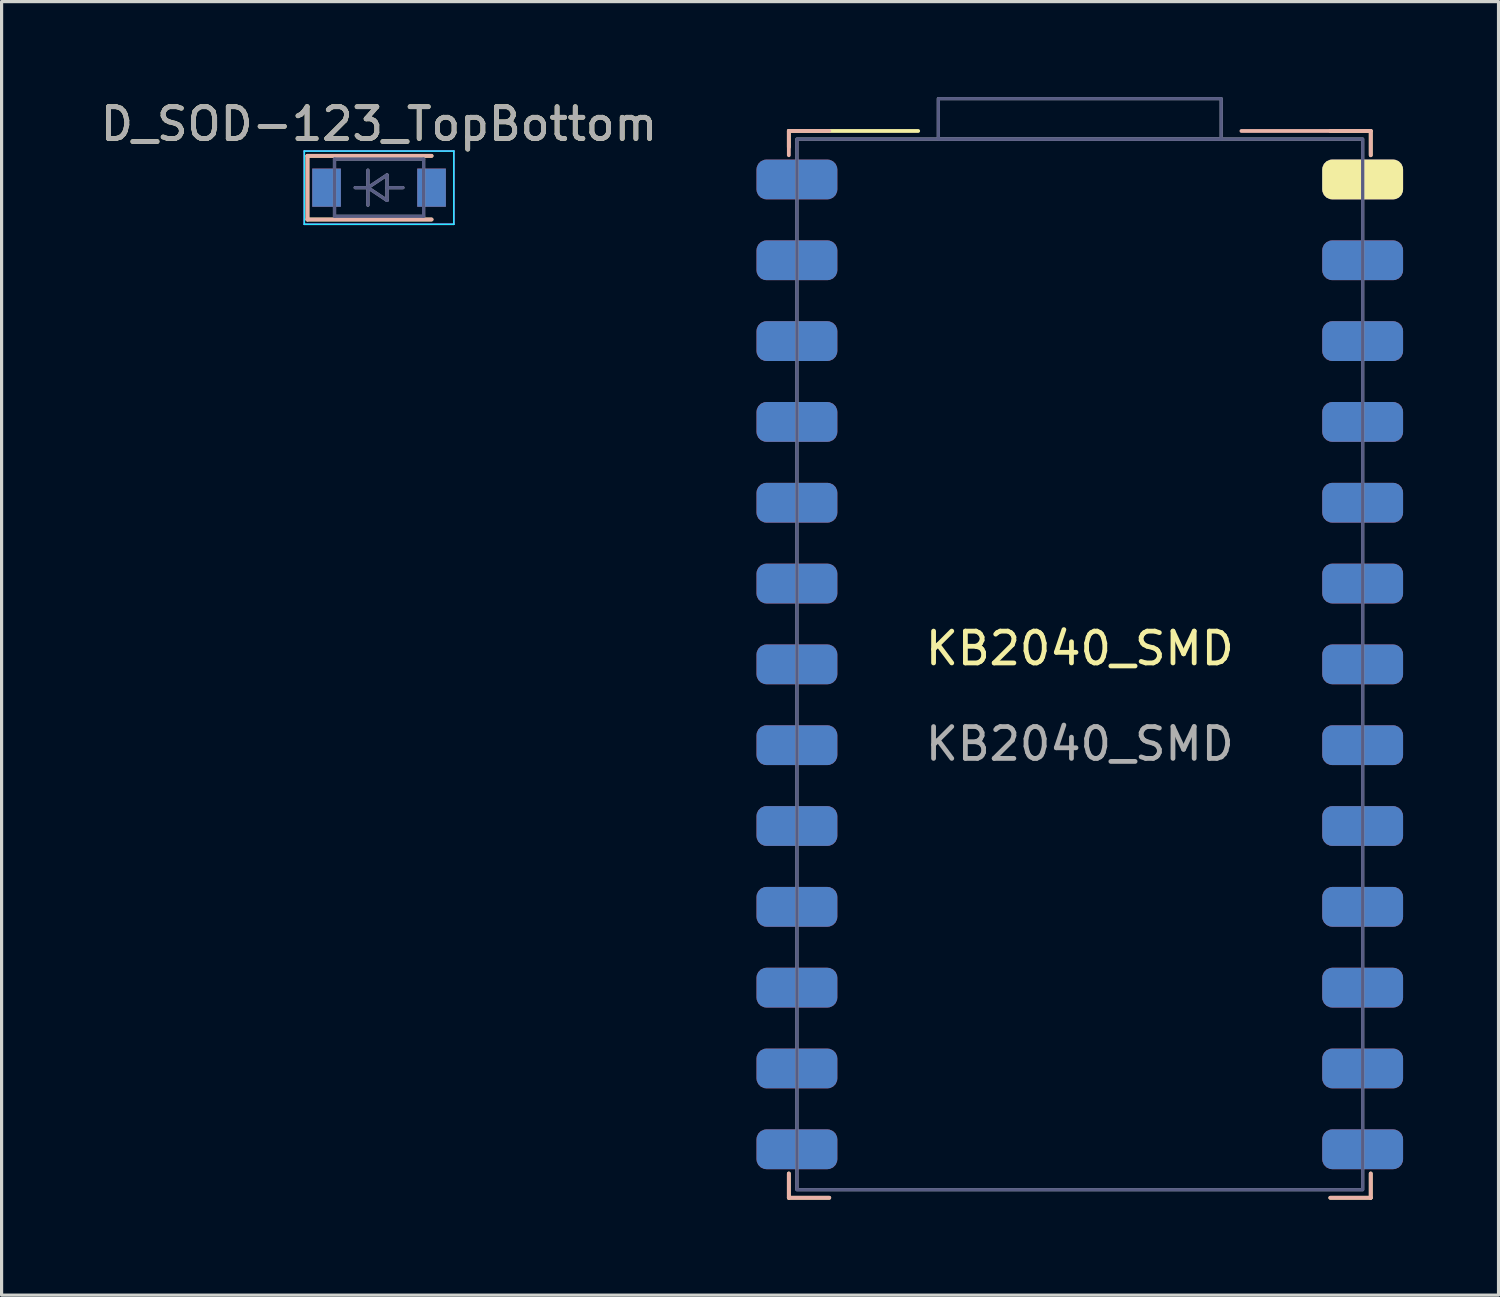
<source format=kicad_pcb>
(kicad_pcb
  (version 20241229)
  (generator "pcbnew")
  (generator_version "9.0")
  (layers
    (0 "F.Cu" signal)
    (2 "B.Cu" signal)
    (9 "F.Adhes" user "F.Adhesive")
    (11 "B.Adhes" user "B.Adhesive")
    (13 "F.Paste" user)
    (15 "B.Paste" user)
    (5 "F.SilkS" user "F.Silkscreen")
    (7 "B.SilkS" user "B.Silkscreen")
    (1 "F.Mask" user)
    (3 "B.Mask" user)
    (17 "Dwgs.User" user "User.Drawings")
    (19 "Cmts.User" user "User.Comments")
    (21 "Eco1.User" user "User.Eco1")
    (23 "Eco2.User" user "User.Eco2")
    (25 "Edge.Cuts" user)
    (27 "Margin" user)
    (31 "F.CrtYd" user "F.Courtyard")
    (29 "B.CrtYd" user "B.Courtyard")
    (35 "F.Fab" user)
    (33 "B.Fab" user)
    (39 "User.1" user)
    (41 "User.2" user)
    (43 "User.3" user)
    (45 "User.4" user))
  (footprint "KB2040_SMD"
    (layer "F.Cu")
    (at 30.886 17.83)
    (property "Reference" "KB2040_SMD" (at 0 -0.5 0) (unlocked yes) (layer "F.SilkS") (effects (font (size 1 1) (thickness 0.15))))
    (attr smd)
    (fp_line (start -9.144 -16.764) (end -9.144 -16.256) (stroke (width 0.12) (type solid)) (layer "F.SilkS"))
    (fp_line (start -9.144 16.002) (end -9.144 16.764) (stroke (width 0.12) (type solid)) (layer "F.SilkS"))
    (fp_line (start -9.144 16.764) (end -7.874 16.764) (stroke (width 0.12) (type solid)) (layer "F.SilkS"))
    (fp_line (start -5.08 -16.764) (end -9.144 -16.764) (stroke (width 0.12) (type solid)) (layer "F.SilkS"))
    (fp_line (start 7.874 -16.764) (end 9.144 -16.764) (stroke (width 0.12) (type solid)) (layer "F.SilkS"))
    (fp_line (start 7.874 16.764) (end 9.144 16.764) (stroke (width 0.12) (type solid)) (layer "F.SilkS"))
    (fp_line (start 9.144 -16.764) (end 9.144 -16.002) (stroke (width 0.12) (type solid)) (layer "F.SilkS"))
    (fp_line (start 9.144 16.764) (end 9.144 16.002) (stroke (width 0.12) (type solid)) (layer "F.SilkS"))
    (fp_line (start -9.144 -16.764) (end -9.144 -16.002) (stroke (width 0.12) (type solid)) (layer "B.SilkS"))
    (fp_line (start -9.144 -16.764) (end -7.874 -16.764) (stroke (width 0.12) (type solid)) (layer "B.SilkS"))
    (fp_line (start -9.144 16.764) (end -9.144 16.002) (stroke (width 0.12) (type solid)) (layer "B.SilkS"))
    (fp_line (start -7.874 16.764) (end -9.144 16.764) (stroke (width 0.12) (type solid)) (layer "B.SilkS"))
    (fp_line (start 5.08 -16.764) (end 9.144 -16.764) (stroke (width 0.12) (type solid)) (layer "B.SilkS"))
    (fp_line (start 7.874 16.764) (end 9.144 16.764) (stroke (width 0.12) (type solid)) (layer "B.SilkS"))
    (fp_line (start 9.144 -16.764) (end 9.144 -16.002) (stroke (width 0.12) (type solid)) (layer "B.SilkS"))
    (fp_line (start 9.144 16.764) (end 9.144 16.002) (stroke (width 0.12) (type solid)) (layer "B.SilkS"))
    (fp_rect (start -8.89 -16.51) (end 8.89 16.51) (stroke (width 0.1) (type solid)) (fill no) (layer "B.Fab"))
    (fp_rect (start -4.445 -16.51) (end 4.445 -17.78) (stroke (width 0.1) (type solid)) (fill no) (layer "B.Fab"))
    (fp_rect (start -8.89 -16.51) (end 8.89 16.51) (stroke (width 0.1) (type solid)) (fill no) (layer "F.Fab"))
    (fp_rect (start -4.445 -17.78) (end 4.445 -16.51) (stroke (width 0.1) (type solid)) (fill no) (layer "F.Fab"))
    (fp_text user "${REFERENCE}" (at 0 2.5 0) (unlocked yes) (layer "F.Fab") (effects (font (size 1 1) (thickness 0.15))))
    (pad "1" smd roundrect (at -8.89 -12.7) (size 2.54 1.25) (layers "F.Cu" "F.Mask" "F.Paste") (roundrect_rratio 0.25))
    (pad "1" smd roundrect (at 8.89 -12.7) (size 2.54 1.25) (layers "B.Cu" "B.Mask" "B.Paste") (roundrect_rratio 0.25))
    (pad "2" smd roundrect (at -8.89 -10.16) (size 2.54 1.25) (layers "F.Cu" "F.Mask" "F.Paste") (roundrect_rratio 0.25))
    (pad "2" smd roundrect (at 8.89 -10.16) (size 2.54 1.25) (layers "B.Cu" "B.Mask" "B.Paste") (roundrect_rratio 0.25))
    (pad "3" smd roundrect (at -8.89 -7.62) (size 2.54 1.25) (layers "F.Cu" "F.Mask" "F.Paste") (roundrect_rratio 0.25))
    (pad "3" smd roundrect (at 8.89 -7.62) (size 2.54 1.25) (layers "B.Cu" "B.Mask" "B.Paste") (roundrect_rratio 0.25))
    (pad "4" smd roundrect (at -8.89 -5.08) (size 2.54 1.25) (layers "F.Cu" "F.Mask" "F.Paste") (roundrect_rratio 0.25))
    (pad "4" smd roundrect (at 8.89 -5.08) (size 2.54 1.25) (layers "B.Cu" "B.Mask" "B.Paste") (roundrect_rratio 0.25))
    (pad "5" smd roundrect (at -8.89 -2.54) (size 2.54 1.25) (layers "F.Cu" "F.Mask" "F.Paste") (roundrect_rratio 0.25))
    (pad "5" smd roundrect (at 8.89 -2.54) (size 2.54 1.25) (layers "B.Cu" "B.Mask" "B.Paste") (roundrect_rratio 0.25))
    (pad "6" smd roundrect (at -8.89 0) (size 2.54 1.25) (layers "F.Cu" "F.Mask" "F.Paste") (roundrect_rratio 0.25))
    (pad "6" smd roundrect (at 8.89 0) (size 2.54 1.25) (layers "B.Cu" "B.Mask" "B.Paste") (roundrect_rratio 0.25))
    (pad "7" smd roundrect (at -8.89 2.54) (size 2.54 1.25) (layers "F.Cu" "F.Mask" "F.Paste") (roundrect_rratio 0.25))
    (pad "7" smd roundrect (at 8.89 2.54) (size 2.54 1.25) (layers "B.Cu" "B.Mask" "B.Paste") (roundrect_rratio 0.25))
    (pad "8" smd roundrect (at -8.89 5.08) (size 2.54 1.25) (layers "F.Cu" "F.Mask" "F.Paste") (roundrect_rratio 0.25))
    (pad "8" smd roundrect (at 8.89 5.08) (size 2.54 1.25) (layers "B.Cu" "B.Mask" "B.Paste") (roundrect_rratio 0.25))
    (pad "9" smd roundrect (at -8.89 7.62) (size 2.54 1.25) (layers "F.Cu" "F.Mask" "F.Paste") (roundrect_rratio 0.25))
    (pad "9" smd roundrect (at 8.89 7.62) (size 2.54 1.25) (layers "B.Cu" "B.Mask" "B.Paste") (roundrect_rratio 0.25))
    (pad "10" smd roundrect (at -8.89 10.16) (size 2.54 1.25) (layers "F.Cu" "F.Mask" "F.Paste") (roundrect_rratio 0.25))
    (pad "10" smd roundrect (at 8.89 10.16) (size 2.54 1.25) (layers "B.Cu" "B.Mask" "B.Paste") (roundrect_rratio 0.25))
    (pad "11" smd roundrect (at -8.89 12.7) (size 2.54 1.25) (layers "F.Cu" "F.Mask" "F.Paste") (roundrect_rratio 0.25))
    (pad "11" smd roundrect (at 8.89 12.7) (size 2.54 1.25) (layers "B.Cu" "B.Mask" "B.Paste") (roundrect_rratio 0.25))
    (pad "12" smd roundrect (at -8.89 15.24) (size 2.54 1.25) (layers "F.Cu" "F.Mask" "F.Paste") (roundrect_rratio 0.25))
    (pad "12" smd roundrect (at 8.89 15.24) (size 2.54 1.25) (layers "B.Cu" "B.Mask" "B.Paste") (roundrect_rratio 0.25))
    (pad "13" smd roundrect (at -8.89 15.24) (size 2.54 1.25) (layers "B.Cu" "B.Mask" "B.Paste") (roundrect_rratio 0.25))
    (pad "13" smd roundrect (at 8.89 15.24) (size 2.54 1.25) (layers "F.Cu" "F.Mask" "F.Paste") (roundrect_rratio 0.25))
    (pad "14" smd roundrect (at -8.89 12.7) (size 2.54 1.25) (layers "B.Cu" "B.Mask" "B.Paste") (roundrect_rratio 0.25))
    (pad "14" smd roundrect (at 8.89 12.7) (size 2.54 1.25) (layers "F.Cu" "F.Mask" "F.Paste") (roundrect_rratio 0.25))
    (pad "15" smd roundrect (at -8.89 10.16) (size 2.54 1.25) (layers "B.Cu" "B.Mask" "B.Paste") (roundrect_rratio 0.25))
    (pad "15" smd roundrect (at 8.89 10.16) (size 2.54 1.25) (layers "F.Cu" "F.Mask" "F.Paste") (roundrect_rratio 0.25))
    (pad "16" smd roundrect (at -8.89 7.62) (size 2.54 1.25) (layers "B.Cu" "B.Mask" "B.Paste") (roundrect_rratio 0.25))
    (pad "16" smd roundrect (at 8.89 7.62) (size 2.54 1.25) (layers "F.Cu" "F.Mask" "F.Paste") (roundrect_rratio 0.25))
    (pad "17" smd roundrect (at -8.89 5.08) (size 2.54 1.25) (layers "B.Cu" "B.Mask" "B.Paste") (roundrect_rratio 0.25))
    (pad "17" smd roundrect (at 8.89 5.08) (size 2.54 1.25) (layers "F.Cu" "F.Mask" "F.Paste") (roundrect_rratio 0.25))
    (pad "18" smd roundrect (at -8.89 2.54) (size 2.54 1.25) (layers "B.Cu" "B.Mask" "B.Paste") (roundrect_rratio 0.25))
    (pad "18" smd roundrect (at 8.89 2.54) (size 2.54 1.25) (layers "F.Cu" "F.Mask" "F.Paste") (roundrect_rratio 0.25))
    (pad "19" smd roundrect (at -8.89 0) (size 2.54 1.25) (layers "B.Cu" "B.Mask" "B.Paste") (roundrect_rratio 0.25))
    (pad "19" smd roundrect (at 8.89 0) (size 2.54 1.25) (layers "F.Cu" "F.Mask" "F.Paste") (roundrect_rratio 0.25))
    (pad "20" smd roundrect (at -8.89 -2.54) (size 2.54 1.25) (layers "B.Cu" "B.Mask" "B.Paste") (roundrect_rratio 0.25))
    (pad "20" smd roundrect (at 8.89 -2.54) (size 2.54 1.25) (layers "F.Cu" "F.Mask" "F.Paste") (roundrect_rratio 0.25))
    (pad "21" smd roundrect (at -8.89 -5.08) (size 2.54 1.25) (layers "B.Cu" "B.Mask" "B.Paste") (roundrect_rratio 0.25))
    (pad "21" smd roundrect (at 8.89 -5.08) (size 2.54 1.25) (layers "F.Cu" "F.Mask" "F.Paste") (roundrect_rratio 0.25))
    (pad "22" smd roundrect (at -8.89 -7.62) (size 2.54 1.25) (layers "B.Cu" "B.Mask" "B.Paste") (roundrect_rratio 0.25))
    (pad "22" smd roundrect (at 8.89 -7.62) (size 2.54 1.25) (layers "F.Cu" "F.Mask" "F.Paste") (roundrect_rratio 0.25))
    (pad "23" smd roundrect (at -8.89 -10.16) (size 2.54 1.25) (layers "B.Cu" "B.Mask" "B.Paste") (roundrect_rratio 0.25))
    (pad "23" smd roundrect (at 8.89 -10.16) (size 2.54 1.25) (layers "F.Cu" "F.Mask" "F.Paste") (roundrect_rratio 0.25))
    (pad "24" smd roundrect (at -8.89 -12.7) (size 2.54 1.25) (layers "B.Cu" "B.Mask" "B.Paste") (roundrect_rratio 0.25))
    (pad "24" smd roundrect (at 8.89 -12.7) (size 2.54 1.25) (layers "F.Cu" "F.Mask" "F.Paste") (roundrect_rratio 0.25))
    (pad "25" smd roundrect (at -8.89 -15.24) (size 2.54 1.25) (layers "F.Cu" "F.Mask" "F.Paste") (roundrect_rratio 0.25))
    (pad "25" smd roundrect (at 8.89 -15.24) (size 2.54 1.25) (layers "B.Cu" "B.Mask" "B.Paste") (roundrect_rratio 0.25))
    (pad "26" smd roundrect (at -8.89 -15.24) (size 2.54 1.25) (layers "B.Cu" "B.Mask" "B.Paste") (roundrect_rratio 0.25))
    (pad "26" smd roundrect (at 8.89 -15.24) (size 2.54 1.25) (layers "F.Cu" "F.Mask" "F.SilkS" "F.Paste") (roundrect_rratio 0.25)))
  (footprint "D_SOD-123_TopBottom"
    (layer "F.Cu")
    (at 8.863 2.848)
    (property "Reference" "D_SOD-123_TopBottom" (at 0 -2 0) (layer "F.SilkS") (effects (font (size 1 1) (thickness 0.15))))
    (attr smd)
    (fp_line (start -2.25 -1) (end -2.25 1) (stroke (width 0.12) (type solid)) (layer "F.SilkS"))
    (fp_line (start -2.25 -1) (end 1.65 -1) (stroke (width 0.12) (type solid)) (layer "F.SilkS"))
    (fp_line (start -2.25 1) (end 1.65 1) (stroke (width 0.12) (type solid)) (layer "F.SilkS"))
    (fp_line (start -2.25 -1) (end 1.65 -1) (stroke (width 0.12) (type solid)) (layer "B.SilkS"))
    (fp_line (start -2.25 1) (end -2.25 -1) (stroke (width 0.12) (type solid)) (layer "B.SilkS"))
    (fp_line (start -2.25 1) (end 1.65 1) (stroke (width 0.12) (type solid)) (layer "B.SilkS"))
    (fp_line (start -2.35 1.15) (end -2.35 -1.15) (stroke (width 0.05) (type solid)) (layer "B.CrtYd"))
    (fp_line (start -2.35 1.15) (end 2.35 1.15) (stroke (width 0.05) (type solid)) (layer "B.CrtYd"))
    (fp_line (start 2.35 -1.15) (end -2.35 -1.15) (stroke (width 0.05) (type solid)) (layer "B.CrtYd"))
    (fp_line (start 2.35 1.15) (end 2.35 -1.15) (stroke (width 0.05) (type solid)) (layer "B.CrtYd"))
    (fp_line (start -2.35 -1.15) (end -2.35 1.15) (stroke (width 0.05) (type solid)) (layer "F.CrtYd"))
    (fp_line (start -2.35 -1.15) (end 2.35 -1.15) (stroke (width 0.05) (type solid)) (layer "F.CrtYd"))
    (fp_line (start 2.35 -1.15) (end 2.35 1.15) (stroke (width 0.05) (type solid)) (layer "F.CrtYd"))
    (fp_line (start 2.35 1.15) (end -2.35 1.15) (stroke (width 0.05) (type solid)) (layer "F.CrtYd"))
    (fp_line (start -1.4 -0.9) (end -1.4 0.9) (stroke (width 0.1) (type solid)) (layer "B.Fab"))
    (fp_line (start -1.4 0.9) (end 1.4 0.9) (stroke (width 0.1) (type solid)) (layer "B.Fab"))
    (fp_line (start -0.75 0) (end -0.35 0) (stroke (width 0.1) (type solid)) (layer "B.Fab"))
    (fp_line (start -0.35 0) (end -0.35 -0.55) (stroke (width 0.1) (type solid)) (layer "B.Fab"))
    (fp_line (start -0.35 0) (end -0.35 0.55) (stroke (width 0.1) (type solid)) (layer "B.Fab"))
    (fp_line (start -0.35 0) (end 0.25 0.4) (stroke (width 0.1) (type solid)) (layer "B.Fab"))
    (fp_line (start 0.25 -0.4) (end -0.35 0) (stroke (width 0.1) (type solid)) (layer "B.Fab"))
    (fp_line (start 0.25 0) (end 0.75 0) (stroke (width 0.1) (type solid)) (layer "B.Fab"))
    (fp_line (start 0.25 0.4) (end 0.25 -0.4) (stroke (width 0.1) (type solid)) (layer "B.Fab"))
    (fp_line (start 1.4 -0.9) (end -1.4 -0.9) (stroke (width 0.1) (type solid)) (layer "B.Fab"))
    (fp_line (start 1.4 0.9) (end 1.4 -0.9) (stroke (width 0.1) (type solid)) (layer "B.Fab"))
    (fp_line (start -1.4 -0.9) (end 1.4 -0.9) (stroke (width 0.1) (type solid)) (layer "F.Fab"))
    (fp_line (start -1.4 0.9) (end -1.4 -0.9) (stroke (width 0.1) (type solid)) (layer "F.Fab"))
    (fp_line (start -0.75 0) (end -0.35 0) (stroke (width 0.1) (type solid)) (layer "F.Fab"))
    (fp_line (start -0.35 0) (end -0.35 -0.55) (stroke (width 0.1) (type solid)) (layer "F.Fab"))
    (fp_line (start -0.35 0) (end -0.35 0.55) (stroke (width 0.1) (type solid)) (layer "F.Fab"))
    (fp_line (start -0.35 0) (end 0.25 -0.4) (stroke (width 0.1) (type solid)) (layer "F.Fab"))
    (fp_line (start 0.25 -0.4) (end 0.25 0.4) (stroke (width 0.1) (type solid)) (layer "F.Fab"))
    (fp_line (start 0.25 0) (end 0.75 0) (stroke (width 0.1) (type solid)) (layer "F.Fab"))
    (fp_line (start 0.25 0.4) (end -0.35 0) (stroke (width 0.1) (type solid)) (layer "F.Fab"))
    (fp_line (start 1.4 -0.9) (end 1.4 0.9) (stroke (width 0.1) (type solid)) (layer "F.Fab"))
    (fp_line (start 1.4 0.9) (end -1.4 0.9) (stroke (width 0.1) (type solid)) (layer "F.Fab"))
    (fp_text user "${REFERENCE}" (at 0 -2 0) (layer "F.Fab") (effects (font (size 1 1) (thickness 0.15))))
    (pad "1" smd rect (at -1.65 0) (size 0.9 1.2) (layers "F.Cu" "F.Mask" "F.Paste"))
    (pad "1" smd rect (at -1.65 0 180) (size 0.9 1.2) (layers "B.Cu" "B.Mask" "B.Paste"))
    (pad "2" smd rect (at 1.65 0) (size 0.9 1.2) (layers "F.Cu" "F.Mask" "F.Paste"))
    (pad "2" smd rect (at 1.65 0 180) (size 0.9 1.2) (layers "B.Cu" "B.Mask" "B.Paste")))
  (gr_rect
    (start -3 -3)
    (end 44.046 37.654)
    (stroke (width 0.1) (type default))
    (fill no)
    (layer "Edge.Cuts")))
</source>
